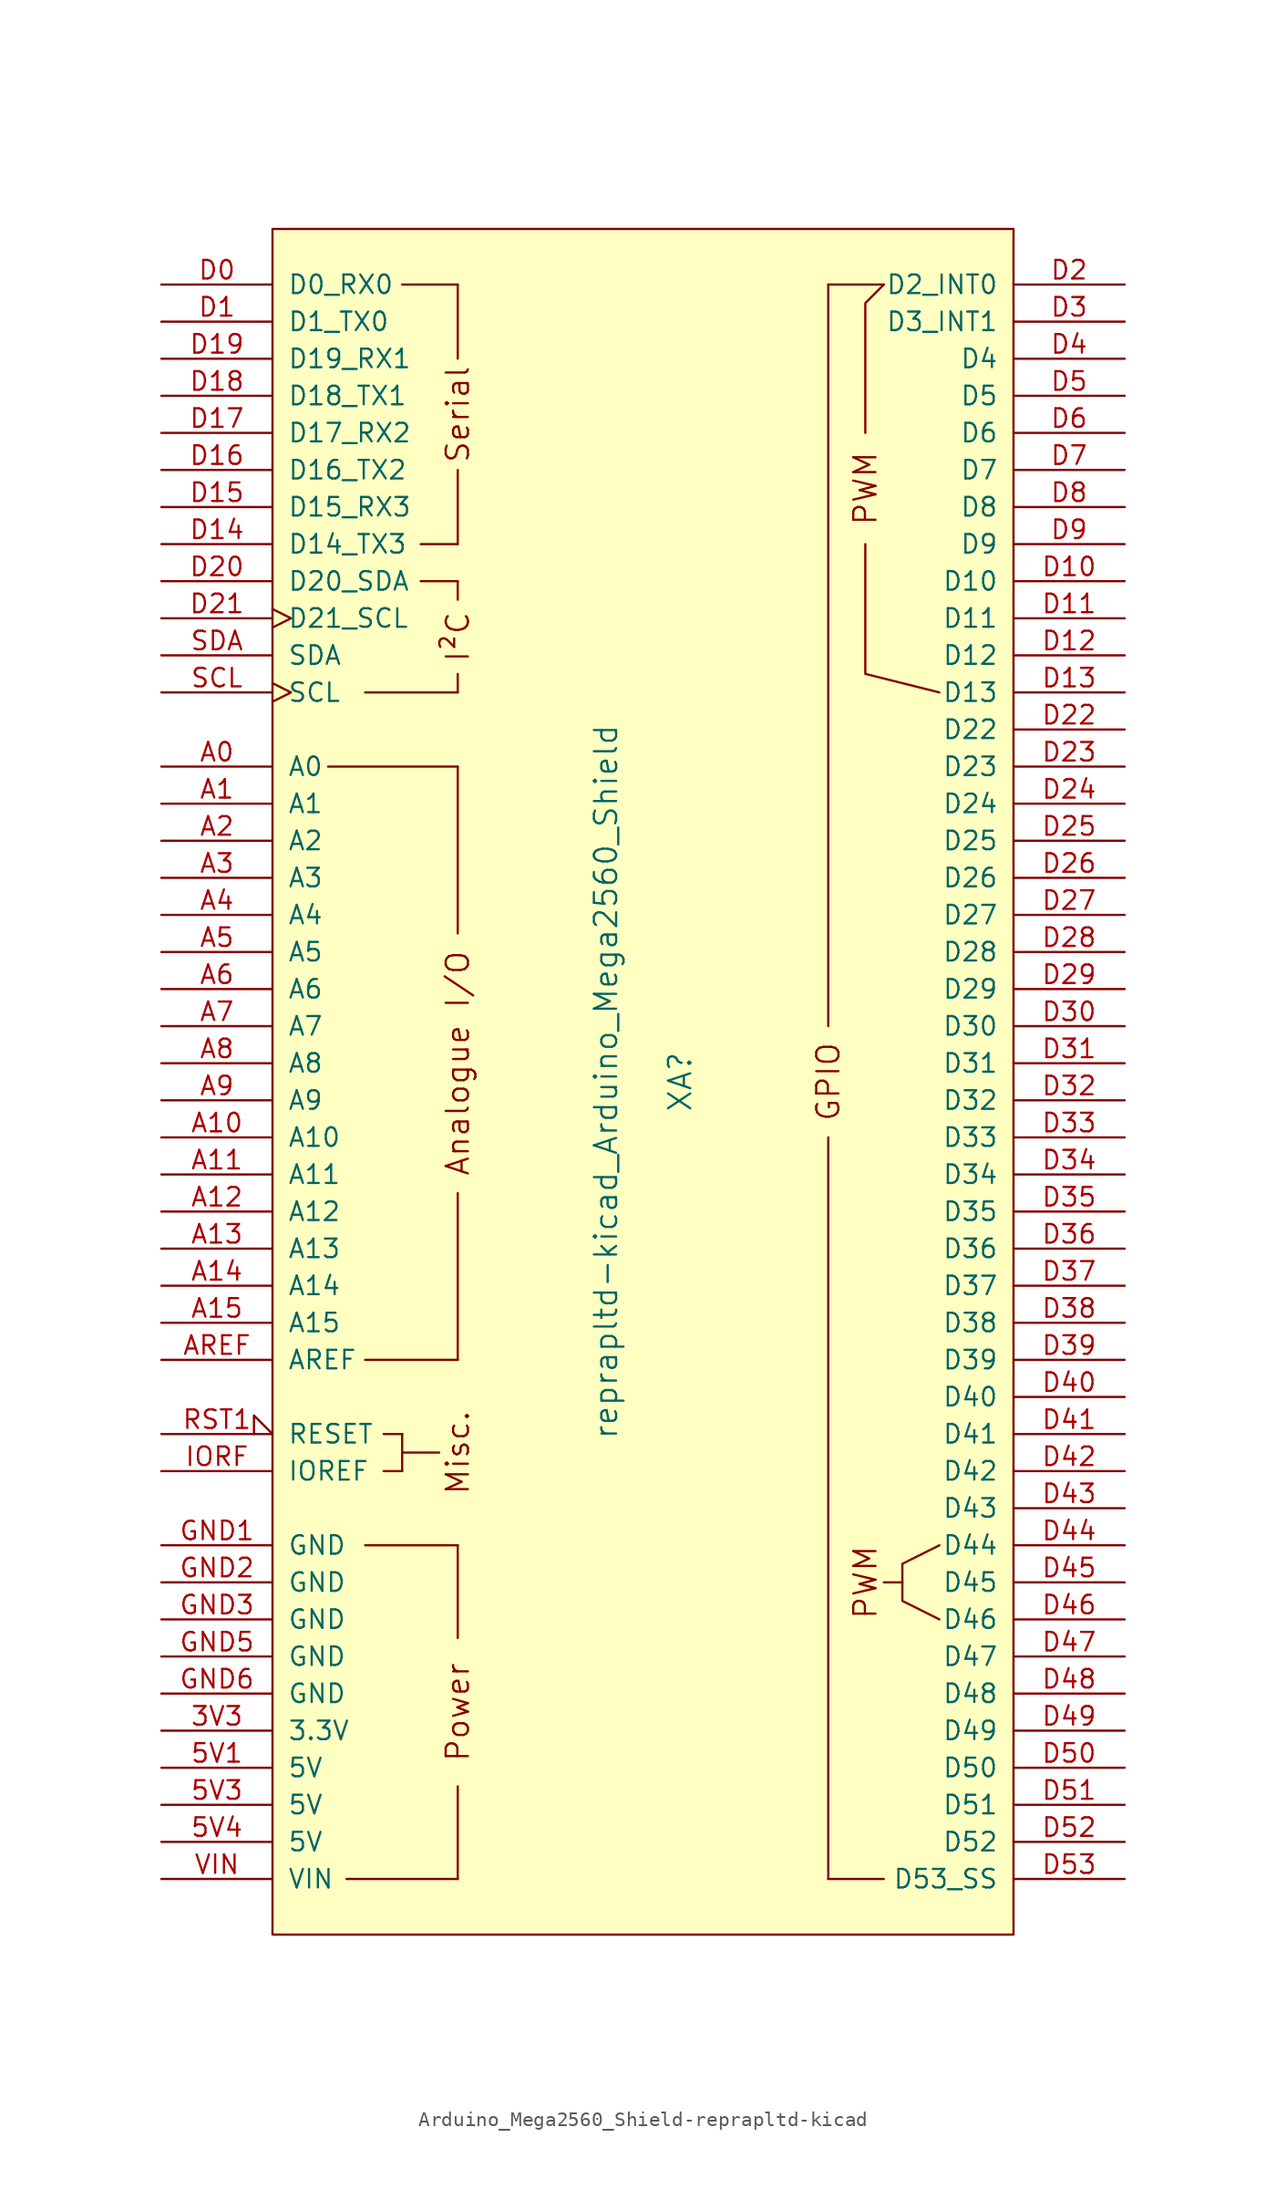
<source format=kicad_sym>
(kicad_symbol_lib
  (version 20220914)
  (generator kicad_symbol_editor)
  (symbol "Arduino_Mega2560_Shield-reprapltd-kicad"
    (pin_names
      (offset 1.016))
    (property "Reference" "XA"
      (at 2.54 0 90)
      (effects (font (size 1.524 1.524))))
    (property "Value" "reprapltd-kicad_Arduino_Mega2560_Shield"
      (at -2.54 0 90)
      (effects (font (size 1.524 1.524))))
    (symbol "Arduino_Mega2560_Shield-reprapltd-kicad_0_0"
      (rectangle (start -25.4 -58.42) (end 25.4 58.42) (stroke (width 0) (type solid)) (fill (type background)))
      (rectangle (start -20.32 -54.61) (end -12.7 -54.61) (stroke (width 0) (type solid)) (fill (type none)))
      (rectangle (start -19.05 -31.75) (end -12.7 -31.75) (stroke (width 0) (type solid)) (fill (type none)))
      (rectangle (start -19.05 -19.05) (end -12.7 -19.05) (stroke (width 0) (type solid)) (fill (type none)))
      (rectangle (start -19.05 26.67) (end -12.7 26.67) (stroke (width 0) (type solid)) (fill (type none)))
      (rectangle (start -17.78 -26.67) (end -16.51 -26.67) (stroke (width 0) (type solid)) (fill (type none)))
      (rectangle (start -17.78 -24.13) (end -16.51 -24.13) (stroke (width 0) (type solid)) (fill (type none)))
      (rectangle (start -16.51 -25.4) (end -13.97 -25.4) (stroke (width 0) (type solid)) (fill (type none)))
      (rectangle (start -16.51 -24.13) (end -16.51 -26.67) (stroke (width 0) (type solid)) (fill (type none)))
      (rectangle (start -16.51 54.61) (end -12.7 54.61) (stroke (width 0) (type solid)) (fill (type none)))
      (rectangle (start -15.24 34.29) (end -12.7 34.29) (stroke (width 0) (type solid)) (fill (type none)))
      (rectangle (start -15.24 36.83) (end -12.7 36.83) (stroke (width 0) (type solid)) (fill (type none)))
      (rectangle (start -12.7 -54.61) (end -12.7 -48.26) (stroke (width 0) (type solid)) (fill (type none)))
      (rectangle (start -12.7 -31.75) (end -12.7 -38.1) (stroke (width 0) (type solid)) (fill (type none)))
      (rectangle (start -12.7 26.67) (end -12.7 27.94) (stroke (width 0) (type solid)) (fill (type none)))
      (rectangle (start -12.7 34.29) (end -12.7 33.02) (stroke (width 0) (type solid)) (fill (type none)))
      (rectangle (start -12.7 41.91) (end -12.7 36.83) (stroke (width 0) (type solid)) (fill (type none)))
      (rectangle (start -12.7 49.53) (end -12.7 54.61) (stroke (width 0) (type solid)) (fill (type none)))
      (polyline (pts (xy -21.59 21.59) (xy -12.7 21.59)) (stroke (width 0) (type solid)) (fill (type none)))
      (polyline (pts (xy -12.7 -19.05) (xy -12.7 -7.62)) (stroke (width 0) (type solid)) (fill (type none)))
      (polyline (pts (xy -12.7 10.16) (xy -12.7 21.59)) (stroke (width 0) (type solid)) (fill (type none)))
      (polyline (pts (xy 12.7 -54.61) (xy 16.51 -54.61)) (stroke (width 0) (type solid)) (fill (type none)))
      (polyline (pts (xy 12.7 54.61) (xy 16.51 54.61)) (stroke (width 0) (type solid)) (fill (type none)))
      (polyline (pts (xy 17.78 -34.29) (xy 16.51 -34.29)) (stroke (width 0) (type solid)) (fill (type none)))
      (polyline (pts (xy 15.24 36.83) (xy 15.24 27.94) (xy 20.32 26.67)) (stroke (width 0) (type solid)) (fill (type none)))
      (polyline (pts (xy 15.24 44.45) (xy 15.24 53.34) (xy 16.51 54.61)) (stroke (width 0) (type solid)) (fill (type none)))
      (polyline (pts (xy 20.32 -31.75) (xy 17.78 -33.02) (xy 17.78 -35.56) (xy 20.32 -36.83)) (stroke (width 0) (type solid)) (fill (type none)))
      (text "Analogue I/O" (at -12.7 1.27 900) (effects (font (size 1.524 1.524))))
      (text "I²C" (at -12.7 30.48 900) (effects (font (size 1.524 1.524))))
      (text "Misc." (at -12.7 -25.4 900) (effects (font (size 1.524 1.524))))
      (text "Power" (at -12.7 -43.18 900) (effects (font (size 1.524 1.524))))
      (text "PWM" (at 15.24 -34.29 900) (effects (font (size 1.524 1.524))))
      (text "PWM" (at 15.24 40.64 900) (effects (font (size 1.524 1.524))))
      (text "Serial" (at -12.7 45.72 900) (effects (font (size 1.524 1.524)))))
    (symbol "Arduino_Mega2560_Shield-reprapltd-kicad_1_0"
      (rectangle (start 12.7 -54.61) (end 12.7 -3.81) (stroke (width 0) (type solid)) (fill (type none)))
      (rectangle (start 12.7 54.61) (end 12.7 3.81) (stroke (width 0) (type solid)) (fill (type none)))
      (text "GPIO" (at 12.7 0 900) (effects (font (size 1.524 1.524)))))
    (symbol "Arduino_Mega2560_Shield-reprapltd-kicad_1_1"
      (pin power_in line (at -33.02 -44.45 0) (length 7.62) (name "3.3V" (effects (font (size 1.27 1.27)))) (number "3V3" (effects (font (size 1.27 1.27)))))
      (pin power_in line (at -33.02 -46.99 0) (length 7.62) (name "5V" (effects (font (size 1.27 1.27)))) (number "5V1" (effects (font (size 1.27 1.27)))))
      (pin power_in line (at -33.02 -49.53 0) (length 7.62) (name "5V" (effects (font (size 1.27 1.27)))) (number "5V3" (effects (font (size 1.27 1.27)))))
      (pin power_in line (at -33.02 -52.07 0) (length 7.62) (name "5V" (effects (font (size 1.27 1.27)))) (number "5V4" (effects (font (size 1.27 1.27)))))
      (pin bidirectional line (at -33.02 21.59 0) (length 7.62) (name "A0" (effects (font (size 1.27 1.27)))) (number "A0" (effects (font (size 1.27 1.27)))))
      (pin bidirectional line (at -33.02 19.05 0) (length 7.62) (name "A1" (effects (font (size 1.27 1.27)))) (number "A1" (effects (font (size 1.27 1.27)))))
      (pin bidirectional line (at -33.02 -3.81 0) (length 7.62) (name "A10" (effects (font (size 1.27 1.27)))) (number "A10" (effects (font (size 1.27 1.27)))))
      (pin bidirectional line (at -33.02 -6.35 0) (length 7.62) (name "A11" (effects (font (size 1.27 1.27)))) (number "A11" (effects (font (size 1.27 1.27)))))
      (pin bidirectional line (at -33.02 -8.89 0) (length 7.62) (name "A12" (effects (font (size 1.27 1.27)))) (number "A12" (effects (font (size 1.27 1.27)))))
      (pin bidirectional line (at -33.02 -11.43 0) (length 7.62) (name "A13" (effects (font (size 1.27 1.27)))) (number "A13" (effects (font (size 1.27 1.27)))))
      (pin bidirectional line (at -33.02 -13.97 0) (length 7.62) (name "A14" (effects (font (size 1.27 1.27)))) (number "A14" (effects (font (size 1.27 1.27)))))
      (pin bidirectional line (at -33.02 -16.51 0) (length 7.62) (name "A15" (effects (font (size 1.27 1.27)))) (number "A15" (effects (font (size 1.27 1.27)))))
      (pin bidirectional line (at -33.02 16.51 0) (length 7.62) (name "A2" (effects (font (size 1.27 1.27)))) (number "A2" (effects (font (size 1.27 1.27)))))
      (pin bidirectional line (at -33.02 13.97 0) (length 7.62) (name "A3" (effects (font (size 1.27 1.27)))) (number "A3" (effects (font (size 1.27 1.27)))))
      (pin bidirectional line (at -33.02 11.43 0) (length 7.62) (name "A4" (effects (font (size 1.27 1.27)))) (number "A4" (effects (font (size 1.27 1.27)))))
      (pin bidirectional line (at -33.02 8.89 0) (length 7.62) (name "A5" (effects (font (size 1.27 1.27)))) (number "A5" (effects (font (size 1.27 1.27)))))
      (pin bidirectional line (at -33.02 6.35 0) (length 7.62) (name "A6" (effects (font (size 1.27 1.27)))) (number "A6" (effects (font (size 1.27 1.27)))))
      (pin bidirectional line (at -33.02 3.81 0) (length 7.62) (name "A7" (effects (font (size 1.27 1.27)))) (number "A7" (effects (font (size 1.27 1.27)))))
      (pin bidirectional line (at -33.02 1.27 0) (length 7.62) (name "A8" (effects (font (size 1.27 1.27)))) (number "A8" (effects (font (size 1.27 1.27)))))
      (pin bidirectional line (at -33.02 -1.27 0) (length 7.62) (name "A9" (effects (font (size 1.27 1.27)))) (number "A9" (effects (font (size 1.27 1.27)))))
      (pin input line (at -33.02 -19.05 0) (length 7.62) (name "AREF" (effects (font (size 1.27 1.27)))) (number "AREF" (effects (font (size 1.27 1.27)))))
      (pin bidirectional line (at -33.02 54.61 0) (length 7.62) (name "D0_RX0" (effects (font (size 1.27 1.27)))) (number "D0" (effects (font (size 1.27 1.27)))))
      (pin bidirectional line (at -33.02 52.07 0) (length 7.62) (name "D1_TX0" (effects (font (size 1.27 1.27)))) (number "D1" (effects (font (size 1.27 1.27)))))
      (pin bidirectional line (at 33.02 34.29 180) (length 7.62) (name "D10" (effects (font (size 1.27 1.27)))) (number "D10" (effects (font (size 1.27 1.27)))))
      (pin bidirectional line (at 33.02 31.75 180) (length 7.62) (name "D11" (effects (font (size 1.27 1.27)))) (number "D11" (effects (font (size 1.27 1.27)))))
      (pin bidirectional line (at 33.02 29.21 180) (length 7.62) (name "D12" (effects (font (size 1.27 1.27)))) (number "D12" (effects (font (size 1.27 1.27)))))
      (pin bidirectional line (at 33.02 26.67 180) (length 7.62) (name "D13" (effects (font (size 1.27 1.27)))) (number "D13" (effects (font (size 1.27 1.27)))))
      (pin bidirectional line (at -33.02 36.83 0) (length 7.62) (name "D14_TX3" (effects (font (size 1.27 1.27)))) (number "D14" (effects (font (size 1.27 1.27)))))
      (pin bidirectional line (at -33.02 39.37 0) (length 7.62) (name "D15_RX3" (effects (font (size 1.27 1.27)))) (number "D15" (effects (font (size 1.27 1.27)))))
      (pin bidirectional line (at -33.02 41.91 0) (length 7.62) (name "D16_TX2" (effects (font (size 1.27 1.27)))) (number "D16" (effects (font (size 1.27 1.27)))))
      (pin bidirectional line (at -33.02 44.45 0) (length 7.62) (name "D17_RX2" (effects (font (size 1.27 1.27)))) (number "D17" (effects (font (size 1.27 1.27)))))
      (pin bidirectional line (at -33.02 46.99 0) (length 7.62) (name "D18_TX1" (effects (font (size 1.27 1.27)))) (number "D18" (effects (font (size 1.27 1.27)))))
      (pin bidirectional line (at -33.02 49.53 0) (length 7.62) (name "D19_RX1" (effects (font (size 1.27 1.27)))) (number "D19" (effects (font (size 1.27 1.27)))))
      (pin bidirectional line (at 33.02 54.61 180) (length 7.62) (name "D2_INT0" (effects (font (size 1.27 1.27)))) (number "D2" (effects (font (size 1.27 1.27)))))
      (pin bidirectional line (at -33.02 34.29 0) (length 7.62) (name "D20_SDA" (effects (font (size 1.27 1.27)))) (number "D20" (effects (font (size 1.27 1.27)))))
      (pin bidirectional clock (at -33.02 31.75 0) (length 7.62) (name "D21_SCL" (effects (font (size 1.27 1.27)))) (number "D21" (effects (font (size 1.27 1.27)))))
      (pin bidirectional line (at 33.02 24.13 180) (length 7.62) (name "D22" (effects (font (size 1.27 1.27)))) (number "D22" (effects (font (size 1.27 1.27)))))
      (pin bidirectional line (at 33.02 21.59 180) (length 7.62) (name "D23" (effects (font (size 1.27 1.27)))) (number "D23" (effects (font (size 1.27 1.27)))))
      (pin bidirectional line (at 33.02 19.05 180) (length 7.62) (name "D24" (effects (font (size 1.27 1.27)))) (number "D24" (effects (font (size 1.27 1.27)))))
      (pin bidirectional line (at 33.02 16.51 180) (length 7.62) (name "D25" (effects (font (size 1.27 1.27)))) (number "D25" (effects (font (size 1.27 1.27)))))
      (pin bidirectional line (at 33.02 13.97 180) (length 7.62) (name "D26" (effects (font (size 1.27 1.27)))) (number "D26" (effects (font (size 1.27 1.27)))))
      (pin bidirectional line (at 33.02 11.43 180) (length 7.62) (name "D27" (effects (font (size 1.27 1.27)))) (number "D27" (effects (font (size 1.27 1.27)))))
      (pin bidirectional line (at 33.02 8.89 180) (length 7.62) (name "D28" (effects (font (size 1.27 1.27)))) (number "D28" (effects (font (size 1.27 1.27)))))
      (pin bidirectional line (at 33.02 6.35 180) (length 7.62) (name "D29" (effects (font (size 1.27 1.27)))) (number "D29" (effects (font (size 1.27 1.27)))))
      (pin bidirectional line (at 33.02 52.07 180) (length 7.62) (name "D3_INT1" (effects (font (size 1.27 1.27)))) (number "D3" (effects (font (size 1.27 1.27)))))
      (pin bidirectional line (at 33.02 3.81 180) (length 7.62) (name "D30" (effects (font (size 1.27 1.27)))) (number "D30" (effects (font (size 1.27 1.27)))))
      (pin bidirectional line (at 33.02 1.27 180) (length 7.62) (name "D31" (effects (font (size 1.27 1.27)))) (number "D31" (effects (font (size 1.27 1.27)))))
      (pin bidirectional line (at 33.02 -1.27 180) (length 7.62) (name "D32" (effects (font (size 1.27 1.27)))) (number "D32" (effects (font (size 1.27 1.27)))))
      (pin bidirectional line (at 33.02 -3.81 180) (length 7.62) (name "D33" (effects (font (size 1.27 1.27)))) (number "D33" (effects (font (size 1.27 1.27)))))
      (pin bidirectional line (at 33.02 -6.35 180) (length 7.62) (name "D34" (effects (font (size 1.27 1.27)))) (number "D34" (effects (font (size 1.27 1.27)))))
      (pin bidirectional line (at 33.02 -8.89 180) (length 7.62) (name "D35" (effects (font (size 1.27 1.27)))) (number "D35" (effects (font (size 1.27 1.27)))))
      (pin bidirectional line (at 33.02 -11.43 180) (length 7.62) (name "D36" (effects (font (size 1.27 1.27)))) (number "D36" (effects (font (size 1.27 1.27)))))
      (pin bidirectional line (at 33.02 -13.97 180) (length 7.62) (name "D37" (effects (font (size 1.27 1.27)))) (number "D37" (effects (font (size 1.27 1.27)))))
      (pin bidirectional line (at 33.02 -16.51 180) (length 7.62) (name "D38" (effects (font (size 1.27 1.27)))) (number "D38" (effects (font (size 1.27 1.27)))))
      (pin bidirectional line (at 33.02 -19.05 180) (length 7.62) (name "D39" (effects (font (size 1.27 1.27)))) (number "D39" (effects (font (size 1.27 1.27)))))
      (pin bidirectional line (at 33.02 49.53 180) (length 7.62) (name "D4" (effects (font (size 1.27 1.27)))) (number "D4" (effects (font (size 1.27 1.27)))))
      (pin bidirectional line (at 33.02 -21.59 180) (length 7.62) (name "D40" (effects (font (size 1.27 1.27)))) (number "D40" (effects (font (size 1.27 1.27)))))
      (pin bidirectional line (at 33.02 -24.13 180) (length 7.62) (name "D41" (effects (font (size 1.27 1.27)))) (number "D41" (effects (font (size 1.27 1.27)))))
      (pin bidirectional line (at 33.02 -26.67 180) (length 7.62) (name "D42" (effects (font (size 1.27 1.27)))) (number "D42" (effects (font (size 1.27 1.27)))))
      (pin bidirectional line (at 33.02 -29.21 180) (length 7.62) (name "D43" (effects (font (size 1.27 1.27)))) (number "D43" (effects (font (size 1.27 1.27)))))
      (pin bidirectional line (at 33.02 -31.75 180) (length 7.62) (name "D44" (effects (font (size 1.27 1.27)))) (number "D44" (effects (font (size 1.27 1.27)))))
      (pin bidirectional line (at 33.02 -34.29 180) (length 7.62) (name "D45" (effects (font (size 1.27 1.27)))) (number "D45" (effects (font (size 1.27 1.27)))))
      (pin bidirectional line (at 33.02 -36.83 180) (length 7.62) (name "D46" (effects (font (size 1.27 1.27)))) (number "D46" (effects (font (size 1.27 1.27)))))
      (pin bidirectional line (at 33.02 -39.37 180) (length 7.62) (name "D47" (effects (font (size 1.27 1.27)))) (number "D47" (effects (font (size 1.27 1.27)))))
      (pin bidirectional line (at 33.02 -41.91 180) (length 7.62) (name "D48" (effects (font (size 1.27 1.27)))) (number "D48" (effects (font (size 1.27 1.27)))))
      (pin bidirectional line (at 33.02 -44.45 180) (length 7.62) (name "D49" (effects (font (size 1.27 1.27)))) (number "D49" (effects (font (size 1.27 1.27)))))
      (pin bidirectional line (at 33.02 46.99 180) (length 7.62) (name "D5" (effects (font (size 1.27 1.27)))) (number "D5" (effects (font (size 1.27 1.27)))))
      (pin bidirectional line (at 33.02 -46.99 180) (length 7.62) (name "D50" (effects (font (size 1.27 1.27)))) (number "D50" (effects (font (size 1.27 1.27)))))
      (pin bidirectional line (at 33.02 -49.53 180) (length 7.62) (name "D51" (effects (font (size 1.27 1.27)))) (number "D51" (effects (font (size 1.27 1.27)))))
      (pin bidirectional line (at 33.02 -52.07 180) (length 7.62) (name "D52" (effects (font (size 1.27 1.27)))) (number "D52" (effects (font (size 1.27 1.27)))))
      (pin bidirectional line (at 33.02 -54.61 180) (length 7.62) (name "D53_SS" (effects (font (size 1.27 1.27)))) (number "D53" (effects (font (size 1.27 1.27)))))
      (pin bidirectional line (at 33.02 44.45 180) (length 7.62) (name "D6" (effects (font (size 1.27 1.27)))) (number "D6" (effects (font (size 1.27 1.27)))))
      (pin bidirectional line (at 33.02 41.91 180) (length 7.62) (name "D7" (effects (font (size 1.27 1.27)))) (number "D7" (effects (font (size 1.27 1.27)))))
      (pin bidirectional line (at 33.02 39.37 180) (length 7.62) (name "D8" (effects (font (size 1.27 1.27)))) (number "D8" (effects (font (size 1.27 1.27)))))
      (pin bidirectional line (at 33.02 36.83 180) (length 7.62) (name "D9" (effects (font (size 1.27 1.27)))) (number "D9" (effects (font (size 1.27 1.27)))))
      (pin power_in line (at -33.02 -31.75 0) (length 7.62) (name "GND" (effects (font (size 1.27 1.27)))) (number "GND1" (effects (font (size 1.27 1.27)))))
      (pin power_in line (at -33.02 -34.29 0) (length 7.62) (name "GND" (effects (font (size 1.27 1.27)))) (number "GND2" (effects (font (size 1.27 1.27)))))
      (pin power_in line (at -33.02 -36.83 0) (length 7.62) (name "GND" (effects (font (size 1.27 1.27)))) (number "GND3" (effects (font (size 1.27 1.27)))))
      (pin power_in line (at -33.02 -39.37 0) (length 7.62) (name "GND" (effects (font (size 1.27 1.27)))) (number "GND5" (effects (font (size 1.27 1.27)))))
      (pin power_in line (at -33.02 -41.91 0) (length 7.62) (name "GND" (effects (font (size 1.27 1.27)))) (number "GND6" (effects (font (size 1.27 1.27)))))
      (pin output line (at -33.02 -26.67 0) (length 7.62) (name "IOREF" (effects (font (size 1.27 1.27)))) (number "IORF" (effects (font (size 1.27 1.27)))))
      (pin open_collector input_low (at -33.02 -24.13 0) (length 7.62) (name "RESET" (effects (font (size 1.27 1.27)))) (number "RST1" (effects (font (size 1.27 1.27)))))
      (pin bidirectional clock (at -33.02 26.67 0) (length 7.62) (name "SCL" (effects (font (size 1.27 1.27)))) (number "SCL" (effects (font (size 1.27 1.27)))))
      (pin bidirectional line (at -33.02 29.21 0) (length 7.62) (name "SDA" (effects (font (size 1.27 1.27)))) (number "SDA" (effects (font (size 1.27 1.27)))))
      (pin power_in line (at -33.02 -54.61 0) (length 7.62) (name "VIN" (effects (font (size 1.27 1.27)))) (number "VIN" (effects (font (size 1.27 1.27))))))))
</source>
